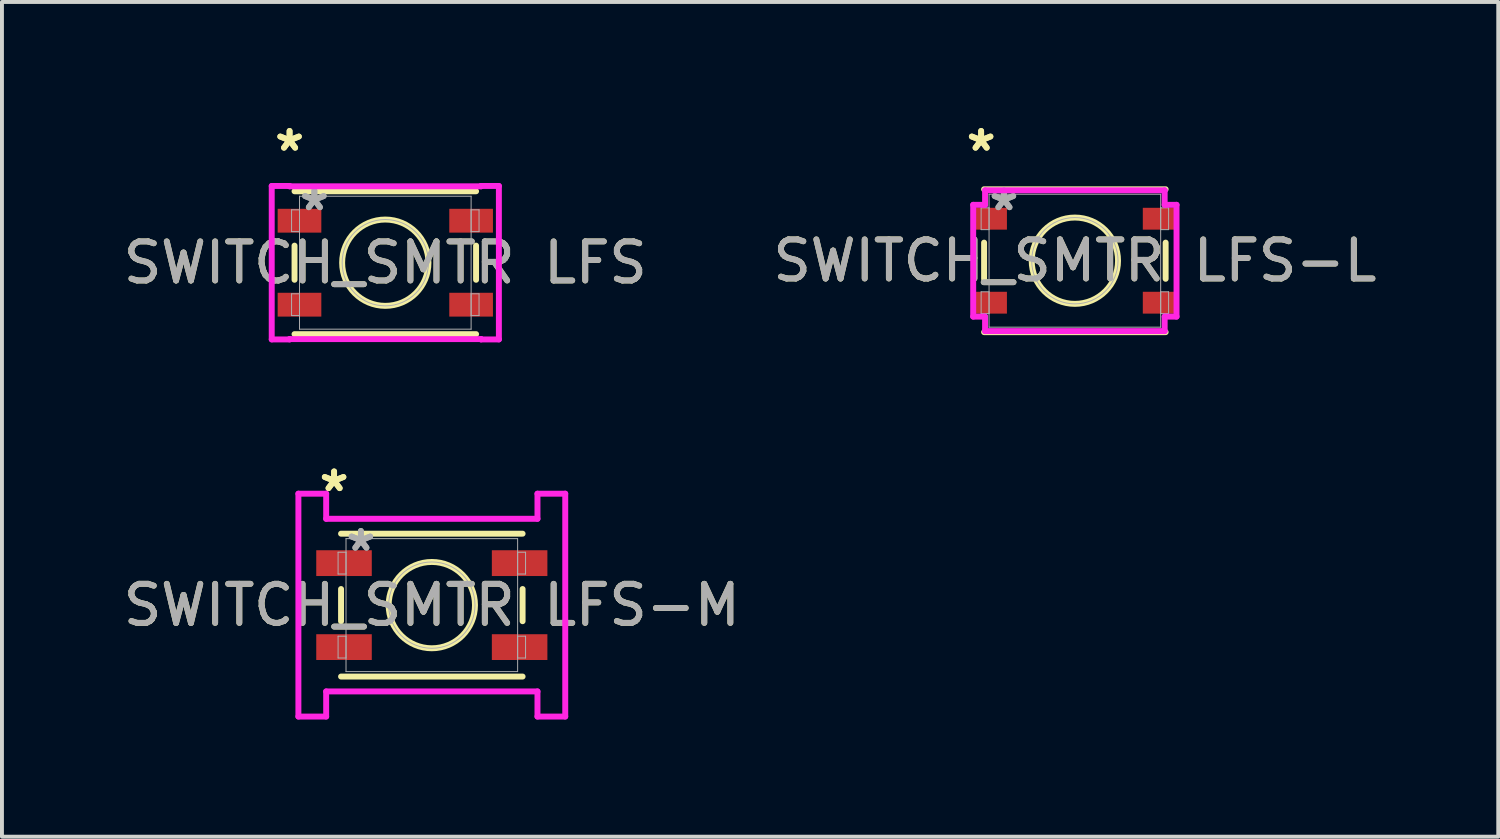
<source format=kicad_pcb>
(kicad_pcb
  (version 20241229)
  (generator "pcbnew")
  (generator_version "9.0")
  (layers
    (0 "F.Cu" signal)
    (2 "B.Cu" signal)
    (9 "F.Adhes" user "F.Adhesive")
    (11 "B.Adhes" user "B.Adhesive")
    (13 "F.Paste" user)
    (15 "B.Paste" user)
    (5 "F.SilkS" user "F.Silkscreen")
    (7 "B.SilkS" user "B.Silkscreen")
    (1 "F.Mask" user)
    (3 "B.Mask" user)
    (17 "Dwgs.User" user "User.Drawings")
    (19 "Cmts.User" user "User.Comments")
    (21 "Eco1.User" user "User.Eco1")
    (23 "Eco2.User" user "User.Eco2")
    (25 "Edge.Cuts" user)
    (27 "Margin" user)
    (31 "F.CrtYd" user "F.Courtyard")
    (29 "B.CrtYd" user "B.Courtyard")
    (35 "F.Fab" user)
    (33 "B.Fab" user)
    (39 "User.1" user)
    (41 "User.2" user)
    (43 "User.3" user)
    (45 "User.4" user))
  (footprint "SWITCH_SMTR LFS"
    (layer "F.Cu")
    (at 6.815 3.676)
    (property "Reference" "SWITCH_SMTR LFS" (at 0 0 0) (unlocked yes) (layer "F.SilkS") (effects (font (size 1 1) (thickness 0.15))))
    (attr smd)
    (fp_line (start -2.324 -0.437) (end -2.324 0.437) (stroke (width 0.152) (type solid)) (layer "F.SilkS"))
    (fp_line (start -2.324 1.829) (end 2.324 1.829) (stroke (width 0.152) (type solid)) (layer "F.SilkS"))
    (fp_line (start 2.324 -1.829) (end -2.324 -1.829) (stroke (width 0.152) (type solid)) (layer "F.SilkS"))
    (fp_line (start 2.324 0.437) (end 2.324 -0.437) (stroke (width 0.152) (type solid)) (layer "F.SilkS"))
    (fp_circle (center 0 0) (end 1.105 0) (stroke (width 0.152) (type solid)) (fill no) (layer "F.SilkS"))
    (fp_line (start -2.908 -1.964) (end -2.451 -1.964) (stroke (width 0.152) (type solid)) (layer "F.CrtYd"))
    (fp_line (start -2.908 1.964) (end -2.908 -1.964) (stroke (width 0.152) (type solid)) (layer "F.CrtYd"))
    (fp_line (start -2.451 -1.964) (end -2.451 -1.956) (stroke (width 0.152) (type solid)) (layer "F.CrtYd"))
    (fp_line (start -2.451 -1.956) (end 2.451 -1.956) (stroke (width 0.152) (type solid)) (layer "F.CrtYd"))
    (fp_line (start -2.451 1.956) (end -2.451 1.964) (stroke (width 0.152) (type solid)) (layer "F.CrtYd"))
    (fp_line (start -2.451 1.964) (end -2.908 1.964) (stroke (width 0.152) (type solid)) (layer "F.CrtYd"))
    (fp_line (start 2.451 -1.964) (end 2.908 -1.964) (stroke (width 0.152) (type solid)) (layer "F.CrtYd"))
    (fp_line (start 2.451 -1.956) (end 2.451 -1.964) (stroke (width 0.152) (type solid)) (layer "F.CrtYd"))
    (fp_line (start 2.451 1.956) (end -2.451 1.956) (stroke (width 0.152) (type solid)) (layer "F.CrtYd"))
    (fp_line (start 2.451 1.964) (end 2.451 1.956) (stroke (width 0.152) (type solid)) (layer "F.CrtYd"))
    (fp_line (start 2.908 -1.964) (end 2.908 1.964) (stroke (width 0.152) (type solid)) (layer "F.CrtYd"))
    (fp_line (start 2.908 1.964) (end 2.451 1.964) (stroke (width 0.152) (type solid)) (layer "F.CrtYd"))
    (fp_line (start -2.4 -1.354) (end -2.4 -0.796) (stroke (width 0.025) (type solid)) (layer "F.Fab"))
    (fp_line (start -2.4 -0.796) (end -2.197 -0.796) (stroke (width 0.025) (type solid)) (layer "F.Fab"))
    (fp_line (start -2.4 0.796) (end -2.4 1.354) (stroke (width 0.025) (type solid)) (layer "F.Fab"))
    (fp_line (start -2.4 1.354) (end -2.197 1.354) (stroke (width 0.025) (type solid)) (layer "F.Fab"))
    (fp_line (start -2.197 -1.702) (end -2.197 1.702) (stroke (width 0.025) (type solid)) (layer "F.Fab"))
    (fp_line (start -2.197 -1.354) (end -2.4 -1.354) (stroke (width 0.025) (type solid)) (layer "F.Fab"))
    (fp_line (start -2.197 -0.796) (end -2.197 -1.354) (stroke (width 0.025) (type solid)) (layer "F.Fab"))
    (fp_line (start -2.197 0.796) (end -2.4 0.796) (stroke (width 0.025) (type solid)) (layer "F.Fab"))
    (fp_line (start -2.197 1.354) (end -2.197 0.796) (stroke (width 0.025) (type solid)) (layer "F.Fab"))
    (fp_line (start -2.197 1.702) (end 2.197 1.702) (stroke (width 0.025) (type solid)) (layer "F.Fab"))
    (fp_line (start 2.197 -1.702) (end -2.197 -1.702) (stroke (width 0.025) (type solid)) (layer "F.Fab"))
    (fp_line (start 2.197 -1.354) (end 2.197 -0.796) (stroke (width 0.025) (type solid)) (layer "F.Fab"))
    (fp_line (start 2.197 -0.796) (end 2.4 -0.796) (stroke (width 0.025) (type solid)) (layer "F.Fab"))
    (fp_line (start 2.197 0.796) (end 2.197 1.354) (stroke (width 0.025) (type solid)) (layer "F.Fab"))
    (fp_line (start 2.197 1.354) (end 2.4 1.354) (stroke (width 0.025) (type solid)) (layer "F.Fab"))
    (fp_line (start 2.197 1.702) (end 2.197 -1.702) (stroke (width 0.025) (type solid)) (layer "F.Fab"))
    (fp_line (start 2.4 -1.354) (end 2.197 -1.354) (stroke (width 0.025) (type solid)) (layer "F.Fab"))
    (fp_line (start 2.4 -0.796) (end 2.4 -1.354) (stroke (width 0.025) (type solid)) (layer "F.Fab"))
    (fp_line (start 2.4 0.796) (end 2.197 0.796) (stroke (width 0.025) (type solid)) (layer "F.Fab"))
    (fp_line (start 2.4 1.354) (end 2.4 0.796) (stroke (width 0.025) (type solid)) (layer "F.Fab"))
    (fp_circle (center 0 0) (end 1.105 0) (stroke (width 0.025) (type solid)) (fill no) (layer "F.Fab"))
    (fp_text user "*" (at -2.451 -2.828 0) (unlocked yes) (layer "F.SilkS") (effects (font (size 1 1) (thickness 0.15))))
    (fp_text user "*" (at -2.451 -2.828 0) (layer "F.SilkS") (effects (font (size 1 1) (thickness 0.15))))
    (fp_text user "${REFERENCE}" (at 0 0 0) (unlocked yes) (layer "F.Fab") (effects (font (size 1 1) (thickness 0.15))))
    (fp_text user "*" (at -1.816 -1.304 0) (layer "F.Fab") (effects (font (size 1 1) (thickness 0.15))))
    (fp_text user "*" (at -1.816 -1.304 0) (unlocked yes) (layer "F.Fab") (effects (font (size 1 1) (thickness 0.15))))
    (pad "1" smd rect (at -2.197 -1.075) (size 1.118 0.61) (layers "F.Cu" "F.Mask" "F.Paste"))
    (pad "2" smd rect (at -2.197 1.075) (size 1.118 0.61) (layers "F.Cu" "F.Mask" "F.Paste"))
    (pad "3" smd rect (at 2.197 1.075) (size 1.118 0.61) (layers "F.Cu" "F.Mask" "F.Paste"))
    (pad "4" smd rect (at 2.197 -1.075) (size 1.118 0.61) (layers "F.Cu" "F.Mask" "F.Paste")))
  (footprint "SWITCH_SMTR LFS-L"
    (layer "F.Cu")
    (at 24.47 3.625)
    (property "Reference" "SWITCH_SMTR LFS-L" (at 0 0 0) (unlocked yes) (layer "F.SilkS") (effects (font (size 1 1) (thickness 0.15))))
    (attr smd)
    (fp_line (start -2.324 -0.463) (end -2.324 0.463) (stroke (width 0.152) (type solid)) (layer "F.SilkS"))
    (fp_line (start -2.324 1.829) (end 2.324 1.829) (stroke (width 0.152) (type solid)) (layer "F.SilkS"))
    (fp_line (start 2.324 -1.829) (end -2.324 -1.829) (stroke (width 0.152) (type solid)) (layer "F.SilkS"))
    (fp_line (start 2.324 0.463) (end 2.324 -0.463) (stroke (width 0.152) (type solid)) (layer "F.SilkS"))
    (fp_circle (center 0 0) (end 1.105 0) (stroke (width 0.152) (type solid)) (fill no) (layer "F.SilkS"))
    (fp_line (start -2.603 -1.431) (end -2.299 -1.431) (stroke (width 0.152) (type solid)) (layer "F.CrtYd"))
    (fp_line (start -2.603 1.431) (end -2.603 -1.431) (stroke (width 0.152) (type solid)) (layer "F.CrtYd"))
    (fp_line (start -2.299 -1.803) (end 2.299 -1.803) (stroke (width 0.152) (type solid)) (layer "F.CrtYd"))
    (fp_line (start -2.299 -1.431) (end -2.299 -1.803) (stroke (width 0.152) (type solid)) (layer "F.CrtYd"))
    (fp_line (start -2.299 1.431) (end -2.603 1.431) (stroke (width 0.152) (type solid)) (layer "F.CrtYd"))
    (fp_line (start -2.299 1.803) (end -2.299 1.431) (stroke (width 0.152) (type solid)) (layer "F.CrtYd"))
    (fp_line (start 2.299 -1.803) (end 2.299 -1.431) (stroke (width 0.152) (type solid)) (layer "F.CrtYd"))
    (fp_line (start 2.299 -1.431) (end 2.603 -1.431) (stroke (width 0.152) (type solid)) (layer "F.CrtYd"))
    (fp_line (start 2.299 1.431) (end 2.299 1.803) (stroke (width 0.152) (type solid)) (layer "F.CrtYd"))
    (fp_line (start 2.299 1.803) (end -2.299 1.803) (stroke (width 0.152) (type solid)) (layer "F.CrtYd"))
    (fp_line (start 2.603 -1.431) (end 2.603 1.431) (stroke (width 0.152) (type solid)) (layer "F.CrtYd"))
    (fp_line (start 2.603 1.431) (end 2.299 1.431) (stroke (width 0.152) (type solid)) (layer "F.CrtYd"))
    (fp_line (start -2.4 -1.354) (end -2.4 -0.796) (stroke (width 0.025) (type solid)) (layer "F.Fab"))
    (fp_line (start -2.4 -0.796) (end -2.197 -0.796) (stroke (width 0.025) (type solid)) (layer "F.Fab"))
    (fp_line (start -2.4 0.796) (end -2.4 1.354) (stroke (width 0.025) (type solid)) (layer "F.Fab"))
    (fp_line (start -2.4 1.354) (end -2.197 1.354) (stroke (width 0.025) (type solid)) (layer "F.Fab"))
    (fp_line (start -2.197 -1.702) (end -2.197 1.702) (stroke (width 0.025) (type solid)) (layer "F.Fab"))
    (fp_line (start -2.197 -1.354) (end -2.4 -1.354) (stroke (width 0.025) (type solid)) (layer "F.Fab"))
    (fp_line (start -2.197 -0.796) (end -2.197 -1.354) (stroke (width 0.025) (type solid)) (layer "F.Fab"))
    (fp_line (start -2.197 0.796) (end -2.4 0.796) (stroke (width 0.025) (type solid)) (layer "F.Fab"))
    (fp_line (start -2.197 1.354) (end -2.197 0.796) (stroke (width 0.025) (type solid)) (layer "F.Fab"))
    (fp_line (start -2.197 1.702) (end 2.197 1.702) (stroke (width 0.025) (type solid)) (layer "F.Fab"))
    (fp_line (start 2.197 -1.702) (end -2.197 -1.702) (stroke (width 0.025) (type solid)) (layer "F.Fab"))
    (fp_line (start 2.197 -1.354) (end 2.197 -0.796) (stroke (width 0.025) (type solid)) (layer "F.Fab"))
    (fp_line (start 2.197 -0.796) (end 2.4 -0.796) (stroke (width 0.025) (type solid)) (layer "F.Fab"))
    (fp_line (start 2.197 0.796) (end 2.197 1.354) (stroke (width 0.025) (type solid)) (layer "F.Fab"))
    (fp_line (start 2.197 1.354) (end 2.4 1.354) (stroke (width 0.025) (type solid)) (layer "F.Fab"))
    (fp_line (start 2.197 1.702) (end 2.197 -1.702) (stroke (width 0.025) (type solid)) (layer "F.Fab"))
    (fp_line (start 2.4 -1.354) (end 2.197 -1.354) (stroke (width 0.025) (type solid)) (layer "F.Fab"))
    (fp_line (start 2.4 -0.796) (end 2.4 -1.354) (stroke (width 0.025) (type solid)) (layer "F.Fab"))
    (fp_line (start 2.4 0.796) (end 2.197 0.796) (stroke (width 0.025) (type solid)) (layer "F.Fab"))
    (fp_line (start 2.4 1.354) (end 2.4 0.796) (stroke (width 0.025) (type solid)) (layer "F.Fab"))
    (fp_circle (center 0 0) (end 1.105 0) (stroke (width 0.025) (type solid)) (fill no) (layer "F.Fab"))
    (fp_text user "*" (at -2.4 -2.777 0) (unlocked yes) (layer "F.SilkS") (effects (font (size 1 1) (thickness 0.15))))
    (fp_text user "*" (at -2.4 -2.777 0) (layer "F.SilkS") (effects (font (size 1 1) (thickness 0.15))))
    (fp_text user "${REFERENCE}" (at 0 0 0) (unlocked yes) (layer "F.Fab") (effects (font (size 1 1) (thickness 0.15))))
    (fp_text user "*" (at -1.816 -1.253 0) (unlocked yes) (layer "F.Fab") (effects (font (size 1 1) (thickness 0.15))))
    (fp_text user "*" (at -1.816 -1.253 0) (layer "F.Fab") (effects (font (size 1 1) (thickness 0.15))))
    (pad "1" smd rect (at -2.146 -1.075) (size 0.813 0.559) (layers "F.Cu" "F.Mask" "F.Paste"))
    (pad "2" smd rect (at -2.146 1.075) (size 0.813 0.559) (layers "F.Cu" "F.Mask" "F.Paste"))
    (pad "3" smd rect (at 2.146 1.075) (size 0.813 0.559) (layers "F.Cu" "F.Mask" "F.Paste"))
    (pad "4" smd rect (at 2.146 -1.075) (size 0.813 0.559) (layers "F.Cu" "F.Mask" "F.Paste")))
  (footprint "SWITCH_SMTR LFS-M"
    (layer "F.Cu")
    (at 8.006 12.443)
    (property "Reference" "SWITCH_SMTR LFS-M" (at 0 0 0) (unlocked yes) (layer "F.SilkS") (effects (font (size 1 1) (thickness 0.15))))
    (attr smd)
    (fp_line (start -2.324 -0.412) (end -2.324 0.412) (stroke (width 0.152) (type solid)) (layer "F.SilkS"))
    (fp_line (start -2.324 1.829) (end 2.324 1.829) (stroke (width 0.152) (type solid)) (layer "F.SilkS"))
    (fp_line (start 2.324 -1.829) (end -2.324 -1.829) (stroke (width 0.152) (type solid)) (layer "F.SilkS"))
    (fp_line (start 2.324 0.412) (end 2.324 -0.412) (stroke (width 0.152) (type solid)) (layer "F.SilkS"))
    (fp_circle (center 0 0) (end 1.105 0) (stroke (width 0.152) (type solid)) (fill no) (layer "F.SilkS"))
    (fp_line (start -3.416 -2.853) (end -2.705 -2.853) (stroke (width 0.152) (type solid)) (layer "F.CrtYd"))
    (fp_line (start -3.416 2.853) (end -3.416 -2.853) (stroke (width 0.152) (type solid)) (layer "F.CrtYd"))
    (fp_line (start -2.705 -2.853) (end -2.705 -2.21) (stroke (width 0.152) (type solid)) (layer "F.CrtYd"))
    (fp_line (start -2.705 -2.21) (end 2.705 -2.21) (stroke (width 0.152) (type solid)) (layer "F.CrtYd"))
    (fp_line (start -2.705 2.21) (end -2.705 2.853) (stroke (width 0.152) (type solid)) (layer "F.CrtYd"))
    (fp_line (start -2.705 2.853) (end -3.416 2.853) (stroke (width 0.152) (type solid)) (layer "F.CrtYd"))
    (fp_line (start 2.705 -2.853) (end 3.416 -2.853) (stroke (width 0.152) (type solid)) (layer "F.CrtYd"))
    (fp_line (start 2.705 -2.21) (end 2.705 -2.853) (stroke (width 0.152) (type solid)) (layer "F.CrtYd"))
    (fp_line (start 2.705 2.21) (end -2.705 2.21) (stroke (width 0.152) (type solid)) (layer "F.CrtYd"))
    (fp_line (start 2.705 2.853) (end 2.705 2.21) (stroke (width 0.152) (type solid)) (layer "F.CrtYd"))
    (fp_line (start 3.416 -2.853) (end 3.416 2.853) (stroke (width 0.152) (type solid)) (layer "F.CrtYd"))
    (fp_line (start 3.416 2.853) (end 2.705 2.853) (stroke (width 0.152) (type solid)) (layer "F.CrtYd"))
    (fp_line (start -2.4 -1.354) (end -2.4 -0.796) (stroke (width 0.025) (type solid)) (layer "F.Fab"))
    (fp_line (start -2.4 -0.796) (end -2.197 -0.796) (stroke (width 0.025) (type solid)) (layer "F.Fab"))
    (fp_line (start -2.4 0.796) (end -2.4 1.354) (stroke (width 0.025) (type solid)) (layer "F.Fab"))
    (fp_line (start -2.4 1.354) (end -2.197 1.354) (stroke (width 0.025) (type solid)) (layer "F.Fab"))
    (fp_line (start -2.197 -1.702) (end -2.197 1.702) (stroke (width 0.025) (type solid)) (layer "F.Fab"))
    (fp_line (start -2.197 -1.354) (end -2.4 -1.354) (stroke (width 0.025) (type solid)) (layer "F.Fab"))
    (fp_line (start -2.197 -0.796) (end -2.197 -1.354) (stroke (width 0.025) (type solid)) (layer "F.Fab"))
    (fp_line (start -2.197 0.796) (end -2.4 0.796) (stroke (width 0.025) (type solid)) (layer "F.Fab"))
    (fp_line (start -2.197 1.354) (end -2.197 0.796) (stroke (width 0.025) (type solid)) (layer "F.Fab"))
    (fp_line (start -2.197 1.702) (end 2.197 1.702) (stroke (width 0.025) (type solid)) (layer "F.Fab"))
    (fp_line (start 2.197 -1.702) (end -2.197 -1.702) (stroke (width 0.025) (type solid)) (layer "F.Fab"))
    (fp_line (start 2.197 -1.354) (end 2.197 -0.796) (stroke (width 0.025) (type solid)) (layer "F.Fab"))
    (fp_line (start 2.197 -0.796) (end 2.4 -0.796) (stroke (width 0.025) (type solid)) (layer "F.Fab"))
    (fp_line (start 2.197 0.796) (end 2.197 1.354) (stroke (width 0.025) (type solid)) (layer "F.Fab"))
    (fp_line (start 2.197 1.354) (end 2.4 1.354) (stroke (width 0.025) (type solid)) (layer "F.Fab"))
    (fp_line (start 2.197 1.702) (end 2.197 -1.702) (stroke (width 0.025) (type solid)) (layer "F.Fab"))
    (fp_line (start 2.4 -1.354) (end 2.197 -1.354) (stroke (width 0.025) (type solid)) (layer "F.Fab"))
    (fp_line (start 2.4 -0.796) (end 2.4 -1.354) (stroke (width 0.025) (type solid)) (layer "F.Fab"))
    (fp_line (start 2.4 0.796) (end 2.197 0.796) (stroke (width 0.025) (type solid)) (layer "F.Fab"))
    (fp_line (start 2.4 1.354) (end 2.4 0.796) (stroke (width 0.025) (type solid)) (layer "F.Fab"))
    (fp_circle (center 0 0) (end 1.105 0) (stroke (width 0.025) (type solid)) (fill no) (layer "F.Fab"))
    (fp_text user "*" (at -2.502 -2.878 0) (unlocked yes) (layer "F.SilkS") (effects (font (size 1 1) (thickness 0.15))))
    (fp_text user "*" (at -2.502 -2.878 0) (layer "F.SilkS") (effects (font (size 1 1) (thickness 0.15))))
    (fp_text user "*" (at -1.816 -1.354 0) (layer "F.Fab") (effects (font (size 1 1) (thickness 0.15))))
    (fp_text user "${REFERENCE}" (at 0 0 0) (unlocked yes) (layer "F.Fab") (effects (font (size 1 1) (thickness 0.15))))
    (fp_text user "*" (at -1.816 -1.354 0) (unlocked yes) (layer "F.Fab") (effects (font (size 1 1) (thickness 0.15))))
    (pad "1" smd rect (at -2.248 -1.075) (size 1.422 0.66) (layers "F.Cu" "F.Mask" "F.Paste"))
    (pad "2" smd rect (at -2.248 1.075) (size 1.422 0.66) (layers "F.Cu" "F.Mask" "F.Paste"))
    (pad "3" smd rect (at 2.248 1.075) (size 1.422 0.66) (layers "F.Cu" "F.Mask" "F.Paste"))
    (pad "4" smd rect (at 2.248 -1.075) (size 1.422 0.66) (layers "F.Cu" "F.Mask" "F.Paste")))
  (gr_rect
    (start -3 -3)
    (end 35.31 18.372)
    (stroke (width 0.1) (type default))
    (fill no)
    (layer "Edge.Cuts")))
</source>
